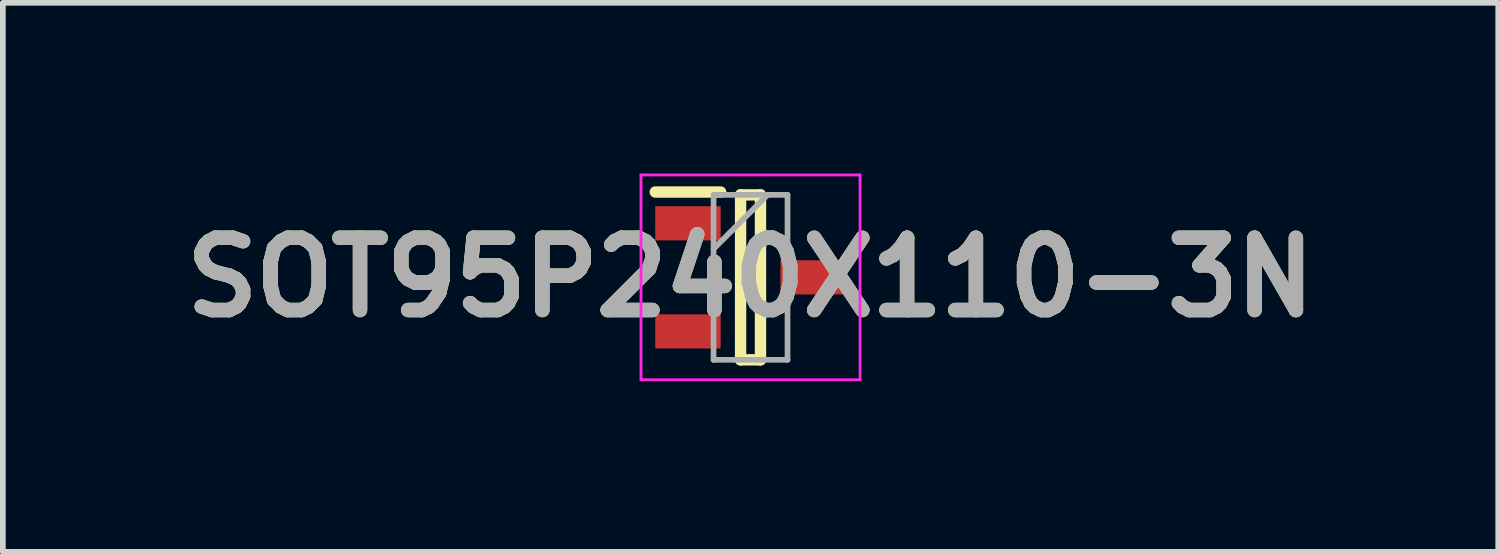
<source format=kicad_pcb>
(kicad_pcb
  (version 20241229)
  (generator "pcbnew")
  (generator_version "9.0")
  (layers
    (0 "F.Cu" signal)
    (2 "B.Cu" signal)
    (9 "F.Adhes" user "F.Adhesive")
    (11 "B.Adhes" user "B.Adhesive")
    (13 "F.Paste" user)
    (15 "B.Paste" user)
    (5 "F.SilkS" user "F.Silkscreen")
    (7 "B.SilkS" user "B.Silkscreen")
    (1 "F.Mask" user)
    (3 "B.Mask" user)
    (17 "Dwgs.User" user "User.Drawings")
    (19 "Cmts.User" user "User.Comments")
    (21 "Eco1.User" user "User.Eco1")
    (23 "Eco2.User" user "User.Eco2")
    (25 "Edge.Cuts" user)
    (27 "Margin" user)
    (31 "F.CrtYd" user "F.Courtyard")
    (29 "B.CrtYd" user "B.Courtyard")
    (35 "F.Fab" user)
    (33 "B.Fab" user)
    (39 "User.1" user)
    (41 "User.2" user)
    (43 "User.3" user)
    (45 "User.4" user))
  (footprint "SOT95P240X110-3N"
    (layer "F.Cu")
    (at 10.142 1.825)
    (property "Reference" "SOT95P240X110-3N" (at 0 0 0) (layer "F.SilkS") (effects (font (size 1.27 1.27) (thickness 0.254))))
    (attr smd)
    (fp_line (start -1.675 -1.5) (end -0.525 -1.5) (stroke (width 0.2) (type solid)) (layer "F.SilkS"))
    (fp_line (start -0.175 -1.45) (end 0.175 -1.45) (stroke (width 0.2) (type solid)) (layer "F.SilkS"))
    (fp_line (start -0.175 1.45) (end -0.175 -1.45) (stroke (width 0.2) (type solid)) (layer "F.SilkS"))
    (fp_line (start 0.175 -1.45) (end 0.175 1.45) (stroke (width 0.2) (type solid)) (layer "F.SilkS"))
    (fp_line (start 0.175 1.45) (end -0.175 1.45) (stroke (width 0.2) (type solid)) (layer "F.SilkS"))
    (fp_line (start -1.925 -1.8) (end 1.925 -1.8) (stroke (width 0.05) (type solid)) (layer "F.CrtYd"))
    (fp_line (start -1.925 1.8) (end -1.925 -1.8) (stroke (width 0.05) (type solid)) (layer "F.CrtYd"))
    (fp_line (start 1.925 -1.8) (end 1.925 1.8) (stroke (width 0.05) (type solid)) (layer "F.CrtYd"))
    (fp_line (start 1.925 1.8) (end -1.925 1.8) (stroke (width 0.05) (type solid)) (layer "F.CrtYd"))
    (fp_line (start -0.65 -1.45) (end 0.65 -1.45) (stroke (width 0.1) (type solid)) (layer "F.Fab"))
    (fp_line (start -0.65 -0.5) (end 0.3 -1.45) (stroke (width 0.1) (type solid)) (layer "F.Fab"))
    (fp_line (start -0.65 1.45) (end -0.65 -1.45) (stroke (width 0.1) (type solid)) (layer "F.Fab"))
    (fp_line (start 0.65 -1.45) (end 0.65 1.45) (stroke (width 0.1) (type solid)) (layer "F.Fab"))
    (fp_line (start 0.65 1.45) (end -0.65 1.45) (stroke (width 0.1) (type solid)) (layer "F.Fab"))
    (fp_text user "${REFERENCE}" (at 0 0 0) (layer "F.Fab") (effects (font (size 1.27 1.27) (thickness 0.254))))
    (pad "1" smd rect (at -1.1 -0.95 90) (size 0.6 1.15) (layers "F.Cu" "F.Mask" "F.Paste"))
    (pad "2" smd rect (at -1.1 0.95 90) (size 0.6 1.15) (layers "F.Cu" "F.Mask" "F.Paste"))
    (pad "3" smd rect (at 1.1 0 90) (size 0.6 1.15) (layers "F.Cu" "F.Mask" "F.Paste")))
  (gr_rect
    (start -3 -3)
    (end 23.284 6.65)
    (stroke (width 0.1) (type default))
    (fill no)
    (layer "Edge.Cuts")))
</source>
